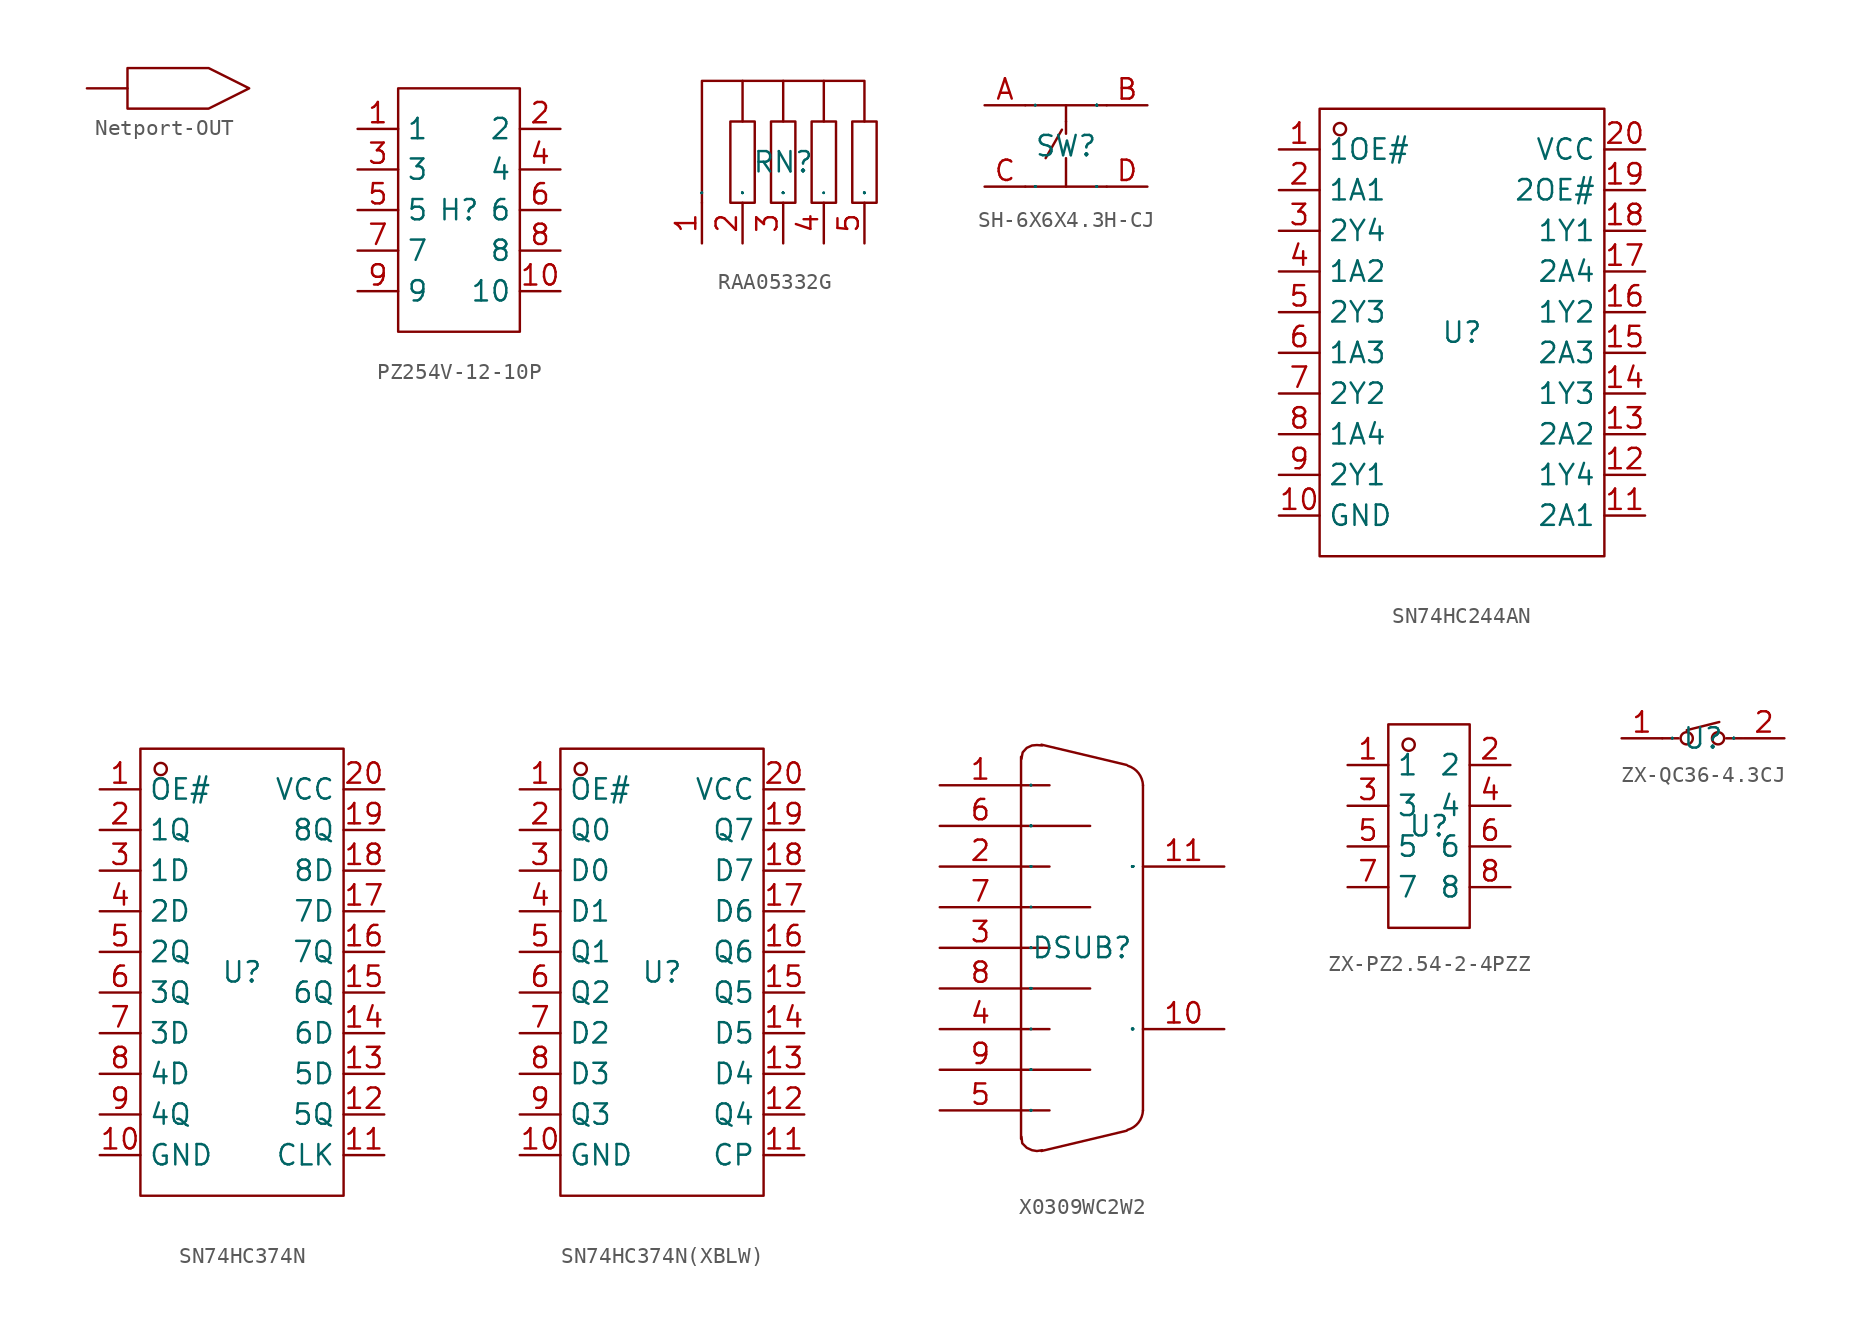
<source format=kicad_sym>
(kicad_symbol_lib
  (version 20241209)
  (generator "kicad_symbol_editor")
  (generator_version "9.0")
  (symbol "Netport-OUT"
    (power)
    (pin_numbers
      (hide yes))
    (pin_names
      (hide yes))
    (property "Reference" "#PWR"
      (at 0 0 0)
      (effects (font (size 1.27 1.27)) (hide yes)))
    (property "Value" ""
      (at 0 0 0)
      (effects (font (size 1.27 1.27))))
    (symbol "Netport-OUT_1_0"
      (polyline (pts (xy 2.54 1.27) (xy 7.62 1.27) (xy 10.16 0) (xy 7.62 -1.27) (xy 2.54 -1.27) (xy 2.54 1.27)) (stroke (width 0) (type default)) (fill (type none)))
      (pin output line (at 0 0 0) (length 2.54) (name "OUT" (effects (font (size 0.025 0.025)))) (number "1" (effects (font (size 0.025 0.025)))))))
  (symbol "PZ254V-12-10P"
    (property "Reference" "H"
      (at 0 0 0)
      (effects (font (size 1.27 1.27))))
    (property "Value" ""
      (at 0 0 0)
      (effects (font (size 1.27 1.27))))
    (symbol "PZ254V-12-10P_1_0"
      (rectangle (start -3.81 7.62) (end 3.81 -7.62) (stroke (width 0) (type default)) (fill (type none)))
      (pin unspecified line (at -6.35 5.08 0) (length 2.54) (name "1" (effects (font (size 1.27 1.27)))) (number "1" (effects (font (size 1.27 1.27)))))
      (pin unspecified line (at -6.35 2.54 0) (length 2.54) (name "3" (effects (font (size 1.27 1.27)))) (number "3" (effects (font (size 1.27 1.27)))))
      (pin unspecified line (at -6.35 0 0) (length 2.54) (name "5" (effects (font (size 1.27 1.27)))) (number "5" (effects (font (size 1.27 1.27)))))
      (pin unspecified line (at -6.35 -2.54 0) (length 2.54) (name "7" (effects (font (size 1.27 1.27)))) (number "7" (effects (font (size 1.27 1.27)))))
      (pin unspecified line (at -6.35 -5.08 0) (length 2.54) (name "9" (effects (font (size 1.27 1.27)))) (number "9" (effects (font (size 1.27 1.27)))))
      (pin unspecified line (at 6.35 5.08 180) (length 2.54) (name "2" (effects (font (size 1.27 1.27)))) (number "2" (effects (font (size 1.27 1.27)))))
      (pin unspecified line (at 6.35 2.54 180) (length 2.54) (name "4" (effects (font (size 1.27 1.27)))) (number "4" (effects (font (size 1.27 1.27)))))
      (pin unspecified line (at 6.35 0 180) (length 2.54) (name "6" (effects (font (size 1.27 1.27)))) (number "6" (effects (font (size 1.27 1.27)))))
      (pin unspecified line (at 6.35 -2.54 180) (length 2.54) (name "8" (effects (font (size 1.27 1.27)))) (number "8" (effects (font (size 1.27 1.27)))))
      (pin unspecified line (at 6.35 -5.08 180) (length 2.54) (name "10" (effects (font (size 1.27 1.27)))) (number "10" (effects (font (size 1.27 1.27)))))))
  (symbol "RAA05332G"
    (property "Reference" "RN"
      (at 0 0 0)
      (effects (font (size 1.27 1.27))))
    (symbol "RAA05332G_1_0"
      (polyline (pts (xy -5.08 -2.54) (xy -5.08 5.08) (xy -5.08 5.08) (xy 5.08 5.08) (xy 5.08 5.08) (xy 5.08 2.54)) (stroke (width 0) (type default)) (fill (type none)))
      (rectangle (start -3.302 -2.54) (end -1.778 2.54) (stroke (width 0) (type default)) (fill (type none)))
      (polyline (pts (xy -2.54 2.54) (xy -2.54 5.08)) (stroke (width 0) (type default)) (fill (type none)))
      (rectangle (start -0.762 -2.54) (end 0.762 2.54) (stroke (width 0) (type default)) (fill (type none)))
      (polyline (pts (xy 0 2.54) (xy 0 5.08)) (stroke (width 0) (type default)) (fill (type none)))
      (rectangle (start 1.778 -2.54) (end 3.302 2.54) (stroke (width 0) (type default)) (fill (type none)))
      (polyline (pts (xy 2.54 2.54) (xy 2.54 5.08)) (stroke (width 0) (type default)) (fill (type none)))
      (rectangle (start 4.318 -2.54) (end 5.842 2.54) (stroke (width 0) (type default)) (fill (type none)))
      (pin input line (at -5.08 -5.08 90) (length 2.54) (name "1" (effects (font (size 0.025 0.025)))) (number "1" (effects (font (size 1.27 1.27)))))
      (pin input line (at -2.54 -5.08 90) (length 2.54) (name "2" (effects (font (size 0.025 0.025)))) (number "2" (effects (font (size 1.27 1.27)))))
      (pin input line (at 0 -5.08 90) (length 2.54) (name "3" (effects (font (size 0.025 0.025)))) (number "3" (effects (font (size 1.27 1.27)))))
      (pin input line (at 2.54 -5.08 90) (length 2.54) (name "4" (effects (font (size 0.025 0.025)))) (number "4" (effects (font (size 1.27 1.27)))))
      (pin input line (at 5.08 -5.08 90) (length 2.54) (name "5" (effects (font (size 0.025 0.025)))) (number "5" (effects (font (size 1.27 1.27)))))))
  (symbol "SH-6X6X4.3H-CJ"
    (property "Reference" "SW"
      (at 0 0 0)
      (effects (font (size 1.27 1.27))))
    (property "Value" ""
      (at 0 0 0)
      (effects (font (size 1.27 1.27))))
    (symbol "SH-6X6X4.3H-CJ_1_0"
      (polyline (pts (xy -2.54 2.54) (xy 2.54 2.54)) (stroke (width 0) (type default)) (fill (type none)))
      (polyline (pts (xy -2.54 -2.54) (xy 2.54 -2.54)) (stroke (width 0) (type default)) (fill (type none)))
      (polyline (pts (xy -1.27 -0.762) (xy -0.254 1.016)) (stroke (width 0) (type default)) (fill (type none)))
      (polyline (pts (xy 0 2.54) (xy 0 1.524)) (stroke (width 0) (type default)) (fill (type none)))
      (polyline (pts (xy 0 1.524) (xy 0 0.762)) (stroke (width 0) (type default)) (fill (type none)))
      (polyline (pts (xy 0 -2.54) (xy 0 -0.762)) (stroke (width 0) (type default)) (fill (type none)))
      (pin unspecified line (at -5.08 2.54 0) (length 2.54) (name "A" (effects (font (size 0.025 0.025)))) (number "A" (effects (font (size 1.27 1.27)))))
      (pin unspecified line (at -5.08 -2.54 0) (length 2.54) (name "C" (effects (font (size 0.025 0.025)))) (number "C" (effects (font (size 1.27 1.27)))))
      (pin unspecified line (at 5.08 2.54 180) (length 2.54) (name "B" (effects (font (size 0.025 0.025)))) (number "B" (effects (font (size 1.27 1.27)))))
      (pin unspecified line (at 5.08 -2.54 180) (length 2.54) (name "D" (effects (font (size 0.025 0.025)))) (number "D" (effects (font (size 1.27 1.27)))))))
  (symbol "SN74HC244AN"
    (property "Reference" "U"
      (at 0 0 0)
      (effects (font (size 1.27 1.27))))
    (property "Value" ""
      (at 0 0 0)
      (effects (font (size 1.27 1.27))))
    (symbol "SN74HC244AN_1_0"
      (rectangle (start -8.89 -13.97) (end 8.89 13.97) (stroke (width 0) (type default)) (fill (type none)))
      (circle (center -7.62 12.7) (radius 0.381) (stroke (width 0) (type default)) (fill (type none)))
      (pin unspecified line (at -11.43 11.43 0) (length 2.54) (name "1OE#" (effects (font (size 1.27 1.27)))) (number "1" (effects (font (size 1.27 1.27)))))
      (pin unspecified line (at -11.43 8.89 0) (length 2.54) (name "1A1" (effects (font (size 1.27 1.27)))) (number "2" (effects (font (size 1.27 1.27)))))
      (pin unspecified line (at -11.43 6.35 0) (length 2.54) (name "2Y4" (effects (font (size 1.27 1.27)))) (number "3" (effects (font (size 1.27 1.27)))))
      (pin unspecified line (at -11.43 3.81 0) (length 2.54) (name "1A2" (effects (font (size 1.27 1.27)))) (number "4" (effects (font (size 1.27 1.27)))))
      (pin unspecified line (at -11.43 1.27 0) (length 2.54) (name "2Y3" (effects (font (size 1.27 1.27)))) (number "5" (effects (font (size 1.27 1.27)))))
      (pin unspecified line (at -11.43 -1.27 0) (length 2.54) (name "1A3" (effects (font (size 1.27 1.27)))) (number "6" (effects (font (size 1.27 1.27)))))
      (pin unspecified line (at -11.43 -3.81 0) (length 2.54) (name "2Y2" (effects (font (size 1.27 1.27)))) (number "7" (effects (font (size 1.27 1.27)))))
      (pin unspecified line (at -11.43 -6.35 0) (length 2.54) (name "1A4" (effects (font (size 1.27 1.27)))) (number "8" (effects (font (size 1.27 1.27)))))
      (pin unspecified line (at -11.43 -8.89 0) (length 2.54) (name "2Y1" (effects (font (size 1.27 1.27)))) (number "9" (effects (font (size 1.27 1.27)))))
      (pin unspecified line (at -11.43 -11.43 0) (length 2.54) (name "GND" (effects (font (size 1.27 1.27)))) (number "10" (effects (font (size 1.27 1.27)))))
      (pin unspecified line (at 11.43 11.43 180) (length 2.54) (name "VCC" (effects (font (size 1.27 1.27)))) (number "20" (effects (font (size 1.27 1.27)))))
      (pin unspecified line (at 11.43 8.89 180) (length 2.54) (name "2OE#" (effects (font (size 1.27 1.27)))) (number "19" (effects (font (size 1.27 1.27)))))
      (pin unspecified line (at 11.43 6.35 180) (length 2.54) (name "1Y1" (effects (font (size 1.27 1.27)))) (number "18" (effects (font (size 1.27 1.27)))))
      (pin unspecified line (at 11.43 3.81 180) (length 2.54) (name "2A4" (effects (font (size 1.27 1.27)))) (number "17" (effects (font (size 1.27 1.27)))))
      (pin unspecified line (at 11.43 1.27 180) (length 2.54) (name "1Y2" (effects (font (size 1.27 1.27)))) (number "16" (effects (font (size 1.27 1.27)))))
      (pin unspecified line (at 11.43 -1.27 180) (length 2.54) (name "2A3" (effects (font (size 1.27 1.27)))) (number "15" (effects (font (size 1.27 1.27)))))
      (pin unspecified line (at 11.43 -3.81 180) (length 2.54) (name "1Y3" (effects (font (size 1.27 1.27)))) (number "14" (effects (font (size 1.27 1.27)))))
      (pin unspecified line (at 11.43 -6.35 180) (length 2.54) (name "2A2" (effects (font (size 1.27 1.27)))) (number "13" (effects (font (size 1.27 1.27)))))
      (pin unspecified line (at 11.43 -8.89 180) (length 2.54) (name "1Y4" (effects (font (size 1.27 1.27)))) (number "12" (effects (font (size 1.27 1.27)))))
      (pin unspecified line (at 11.43 -11.43 180) (length 2.54) (name "2A1" (effects (font (size 1.27 1.27)))) (number "11" (effects (font (size 1.27 1.27)))))))
  (symbol "SN74HC374N"
    (property "Reference" "U"
      (at 0 0 0)
      (effects (font (size 1.27 1.27))))
    (property "Value" ""
      (at 0 0 0)
      (effects (font (size 1.27 1.27))))
    (symbol "SN74HC374N_1_0"
      (rectangle (start -6.35 -13.97) (end 6.35 13.97) (stroke (width 0) (type default)) (fill (type none)))
      (circle (center -5.08 12.7) (radius 0.381) (stroke (width 0) (type default)) (fill (type none)))
      (pin input line (at -8.89 11.43 0) (length 2.54) (name "OE#" (effects (font (size 1.27 1.27)))) (number "1" (effects (font (size 1.27 1.27)))))
      (pin input line (at -8.89 8.89 0) (length 2.54) (name "1Q" (effects (font (size 1.27 1.27)))) (number "2" (effects (font (size 1.27 1.27)))))
      (pin input line (at -8.89 6.35 0) (length 2.54) (name "1D" (effects (font (size 1.27 1.27)))) (number "3" (effects (font (size 1.27 1.27)))))
      (pin input line (at -8.89 3.81 0) (length 2.54) (name "2D" (effects (font (size 1.27 1.27)))) (number "4" (effects (font (size 1.27 1.27)))))
      (pin input line (at -8.89 1.27 0) (length 2.54) (name "2Q" (effects (font (size 1.27 1.27)))) (number "5" (effects (font (size 1.27 1.27)))))
      (pin input line (at -8.89 -1.27 0) (length 2.54) (name "3Q" (effects (font (size 1.27 1.27)))) (number "6" (effects (font (size 1.27 1.27)))))
      (pin input line (at -8.89 -3.81 0) (length 2.54) (name "3D" (effects (font (size 1.27 1.27)))) (number "7" (effects (font (size 1.27 1.27)))))
      (pin input line (at -8.89 -6.35 0) (length 2.54) (name "4D" (effects (font (size 1.27 1.27)))) (number "8" (effects (font (size 1.27 1.27)))))
      (pin input line (at -8.89 -8.89 0) (length 2.54) (name "4Q" (effects (font (size 1.27 1.27)))) (number "9" (effects (font (size 1.27 1.27)))))
      (pin input line (at -8.89 -11.43 0) (length 2.54) (name "GND" (effects (font (size 1.27 1.27)))) (number "10" (effects (font (size 1.27 1.27)))))
      (pin input line (at 8.89 11.43 180) (length 2.54) (name "VCC" (effects (font (size 1.27 1.27)))) (number "20" (effects (font (size 1.27 1.27)))))
      (pin input line (at 8.89 8.89 180) (length 2.54) (name "8Q" (effects (font (size 1.27 1.27)))) (number "19" (effects (font (size 1.27 1.27)))))
      (pin input line (at 8.89 6.35 180) (length 2.54) (name "8D" (effects (font (size 1.27 1.27)))) (number "18" (effects (font (size 1.27 1.27)))))
      (pin input line (at 8.89 3.81 180) (length 2.54) (name "7D" (effects (font (size 1.27 1.27)))) (number "17" (effects (font (size 1.27 1.27)))))
      (pin input line (at 8.89 1.27 180) (length 2.54) (name "7Q" (effects (font (size 1.27 1.27)))) (number "16" (effects (font (size 1.27 1.27)))))
      (pin input line (at 8.89 -1.27 180) (length 2.54) (name "6Q" (effects (font (size 1.27 1.27)))) (number "15" (effects (font (size 1.27 1.27)))))
      (pin input line (at 8.89 -3.81 180) (length 2.54) (name "6D" (effects (font (size 1.27 1.27)))) (number "14" (effects (font (size 1.27 1.27)))))
      (pin input line (at 8.89 -6.35 180) (length 2.54) (name "5D" (effects (font (size 1.27 1.27)))) (number "13" (effects (font (size 1.27 1.27)))))
      (pin input line (at 8.89 -8.89 180) (length 2.54) (name "5Q" (effects (font (size 1.27 1.27)))) (number "12" (effects (font (size 1.27 1.27)))))
      (pin input line (at 8.89 -11.43 180) (length 2.54) (name "CLK" (effects (font (size 1.27 1.27)))) (number "11" (effects (font (size 1.27 1.27)))))))
  (symbol "SN74HC374N(XBLW)"
    (property "Reference" "U"
      (at 0 0 0)
      (effects (font (size 1.27 1.27))))
    (property "Value" ""
      (at 0 0 0)
      (effects (font (size 1.27 1.27))))
    (symbol "SN74HC374N(XBLW)_1_0"
      (rectangle (start -6.35 -13.97) (end 6.35 13.97) (stroke (width 0) (type default)) (fill (type none)))
      (circle (center -5.08 12.7) (radius 0.381) (stroke (width 0) (type default)) (fill (type none)))
      (pin unspecified line (at -8.89 11.43 0) (length 2.54) (name "OE#" (effects (font (size 1.27 1.27)))) (number "1" (effects (font (size 1.27 1.27)))))
      (pin unspecified line (at -8.89 8.89 0) (length 2.54) (name "Q0" (effects (font (size 1.27 1.27)))) (number "2" (effects (font (size 1.27 1.27)))))
      (pin unspecified line (at -8.89 6.35 0) (length 2.54) (name "D0" (effects (font (size 1.27 1.27)))) (number "3" (effects (font (size 1.27 1.27)))))
      (pin unspecified line (at -8.89 3.81 0) (length 2.54) (name "D1" (effects (font (size 1.27 1.27)))) (number "4" (effects (font (size 1.27 1.27)))))
      (pin unspecified line (at -8.89 1.27 0) (length 2.54) (name "Q1" (effects (font (size 1.27 1.27)))) (number "5" (effects (font (size 1.27 1.27)))))
      (pin unspecified line (at -8.89 -1.27 0) (length 2.54) (name "Q2" (effects (font (size 1.27 1.27)))) (number "6" (effects (font (size 1.27 1.27)))))
      (pin unspecified line (at -8.89 -3.81 0) (length 2.54) (name "D2" (effects (font (size 1.27 1.27)))) (number "7" (effects (font (size 1.27 1.27)))))
      (pin unspecified line (at -8.89 -6.35 0) (length 2.54) (name "D3" (effects (font (size 1.27 1.27)))) (number "8" (effects (font (size 1.27 1.27)))))
      (pin unspecified line (at -8.89 -8.89 0) (length 2.54) (name "Q3" (effects (font (size 1.27 1.27)))) (number "9" (effects (font (size 1.27 1.27)))))
      (pin unspecified line (at -8.89 -11.43 0) (length 2.54) (name "GND" (effects (font (size 1.27 1.27)))) (number "10" (effects (font (size 1.27 1.27)))))
      (pin unspecified line (at 8.89 11.43 180) (length 2.54) (name "VCC" (effects (font (size 1.27 1.27)))) (number "20" (effects (font (size 1.27 1.27)))))
      (pin unspecified line (at 8.89 8.89 180) (length 2.54) (name "Q7" (effects (font (size 1.27 1.27)))) (number "19" (effects (font (size 1.27 1.27)))))
      (pin unspecified line (at 8.89 6.35 180) (length 2.54) (name "D7" (effects (font (size 1.27 1.27)))) (number "18" (effects (font (size 1.27 1.27)))))
      (pin unspecified line (at 8.89 3.81 180) (length 2.54) (name "D6" (effects (font (size 1.27 1.27)))) (number "17" (effects (font (size 1.27 1.27)))))
      (pin unspecified line (at 8.89 1.27 180) (length 2.54) (name "Q6" (effects (font (size 1.27 1.27)))) (number "16" (effects (font (size 1.27 1.27)))))
      (pin unspecified line (at 8.89 -1.27 180) (length 2.54) (name "Q5" (effects (font (size 1.27 1.27)))) (number "15" (effects (font (size 1.27 1.27)))))
      (pin unspecified line (at 8.89 -3.81 180) (length 2.54) (name "D5" (effects (font (size 1.27 1.27)))) (number "14" (effects (font (size 1.27 1.27)))))
      (pin unspecified line (at 8.89 -6.35 180) (length 2.54) (name "D4" (effects (font (size 1.27 1.27)))) (number "13" (effects (font (size 1.27 1.27)))))
      (pin unspecified line (at 8.89 -8.89 180) (length 2.54) (name "Q4" (effects (font (size 1.27 1.27)))) (number "12" (effects (font (size 1.27 1.27)))))
      (pin unspecified line (at 8.89 -11.43 180) (length 2.54) (name "CP" (effects (font (size 1.27 1.27)))) (number "11" (effects (font (size 1.27 1.27)))))))
  (symbol "X0309WC2W2"
    (property "Reference" "DSUB"
      (at 0 0 0)
      (effects (font (size 1.27 1.27))))
    (property "Value" ""
      (at 0 0 0)
      (effects (font (size 1.27 1.27))))
    (symbol "X0309WC2W2_1_0"
      (polyline (pts (xy -3.81 11.938) (xy -3.81 10.16)) (stroke (width 0) (type default)) (fill (type none)))
      (polyline (pts (xy -3.81 7.62) (xy 0.508 7.62)) (stroke (width 0) (type default)) (fill (type none)))
      (polyline (pts (xy -3.81 2.54) (xy 0.508 2.54)) (stroke (width 0) (type default)) (fill (type none)))
      (polyline (pts (xy -3.81 -2.54) (xy 0.508 -2.54)) (stroke (width 0) (type default)) (fill (type none)))
      (polyline (pts (xy -3.81 -7.62) (xy 0.508 -7.62)) (stroke (width 0) (type default)) (fill (type none)))
      (polyline (pts (xy -3.81 -10.16) (xy -3.81 10.16)) (stroke (width 0) (type default)) (fill (type none)))
      (polyline (pts (xy -3.81 -11.938) (xy -3.81 -10.16)) (stroke (width 0) (type default)) (fill (type none)))
      (polyline (pts (xy -3.785 -11.811) (xy -3.734 -12.217) (xy -3.734 -12.217) (xy -3.454 -12.497) (xy -3.454 -12.497) (xy -3.124 -12.649) (xy -3.124 -12.649) (xy -2.819 -12.7) (xy -2.819 -12.7) (xy -2.489 -12.649)) (stroke (width 0) (type default)) (fill (type none)))
      (polyline (pts (xy -2.489 12.649) (xy -2.819 12.675) (xy -2.819 12.675) (xy -3.124 12.649) (xy -3.124 12.649) (xy -3.454 12.497) (xy -3.454 12.497) (xy -3.708 12.217) (xy -3.708 12.217) (xy -3.785 11.811)) (stroke (width 0) (type default)) (fill (type none)))
      (polyline (pts (xy -2.032 10.16) (xy -3.81 10.16)) (stroke (width 0) (type default)) (fill (type none)))
      (polyline (pts (xy -2.032 5.08) (xy -3.81 5.08)) (stroke (width 0) (type default)) (fill (type none)))
      (polyline (pts (xy -2.032 0) (xy -3.81 0)) (stroke (width 0) (type default)) (fill (type none)))
      (polyline (pts (xy -2.032 -5.08) (xy -3.81 -5.08)) (stroke (width 0) (type default)) (fill (type none)))
      (polyline (pts (xy -2.032 -10.16) (xy -3.81 -10.16)) (stroke (width 0) (type default)) (fill (type none)))
      (arc (start 2.8702 11.3792) (mid 3.5332 10.9185) (end 3.81 10.16) (stroke (width 0) (type default)) (fill (type none)))
      (arc (start 3.81 -10.16) (mid 3.5266 -10.9273) (end 2.8448 -11.3792) (stroke (width 0) (type default)) (fill (type none)))
      (polyline (pts (xy 2.794 11.43) (xy -2.54 12.7)) (stroke (width 0) (type default)) (fill (type none)))
      (polyline (pts (xy 2.794 -11.43) (xy -2.54 -12.7)) (stroke (width 0) (type default)) (fill (type none)))
      (polyline (pts (xy 3.81 -10.16) (xy 3.81 10.16)) (stroke (width 0) (type default)) (fill (type none)))
      (pin input line (at -8.89 10.16 0) (length 5.08) (name "1" (effects (font (size 0.025 0.025)))) (number "1" (effects (font (size 1.27 1.27)))))
      (pin input line (at -8.89 7.62 0) (length 5.08) (name "6" (effects (font (size 0.025 0.025)))) (number "6" (effects (font (size 1.27 1.27)))))
      (pin input line (at -8.89 5.08 0) (length 5.08) (name "2" (effects (font (size 0.025 0.025)))) (number "2" (effects (font (size 1.27 1.27)))))
      (pin input line (at -8.89 2.54 0) (length 5.08) (name "7" (effects (font (size 0.025 0.025)))) (number "7" (effects (font (size 1.27 1.27)))))
      (pin input line (at -8.89 0 0) (length 5.08) (name "3" (effects (font (size 0.025 0.025)))) (number "3" (effects (font (size 1.27 1.27)))))
      (pin input line (at -8.89 -2.54 0) (length 5.08) (name "8" (effects (font (size 0.025 0.025)))) (number "8" (effects (font (size 1.27 1.27)))))
      (pin input line (at -8.89 -5.08 0) (length 5.08) (name "4" (effects (font (size 0.025 0.025)))) (number "4" (effects (font (size 1.27 1.27)))))
      (pin input line (at -8.89 -7.62 0) (length 5.08) (name "9" (effects (font (size 0.025 0.025)))) (number "9" (effects (font (size 1.27 1.27)))))
      (pin input line (at -8.89 -10.16 0) (length 5.08) (name "5" (effects (font (size 0.025 0.025)))) (number "5" (effects (font (size 1.27 1.27)))))
      (pin input line (at 8.89 5.08 180) (length 5.08) (name "MH2" (effects (font (size 0.025 0.025)))) (number "11" (effects (font (size 1.27 1.27)))))
      (pin input line (at 8.89 -5.08 180) (length 5.08) (name "MH1" (effects (font (size 0.025 0.025)))) (number "10" (effects (font (size 1.27 1.27)))))))
  (symbol "ZX-PZ2.54-2-4PZZ"
    (property "Reference" "U"
      (at 0 0 0)
      (effects (font (size 1.27 1.27))))
    (property "Value" ""
      (at 0 0 0)
      (effects (font (size 1.27 1.27))))
    (symbol "ZX-PZ2.54-2-4PZZ_1_0"
      (rectangle (start -2.54 -6.35) (end 2.54 6.35) (stroke (width 0) (type default)) (fill (type none)))
      (circle (center -1.27 5.08) (radius 0.381) (stroke (width 0) (type default)) (fill (type none)))
      (pin unspecified line (at -5.08 3.81 0) (length 2.54) (name "1" (effects (font (size 1.27 1.27)))) (number "1" (effects (font (size 1.27 1.27)))))
      (pin unspecified line (at -5.08 1.27 0) (length 2.54) (name "3" (effects (font (size 1.27 1.27)))) (number "3" (effects (font (size 1.27 1.27)))))
      (pin unspecified line (at -5.08 -1.27 0) (length 2.54) (name "5" (effects (font (size 1.27 1.27)))) (number "5" (effects (font (size 1.27 1.27)))))
      (pin unspecified line (at -5.08 -3.81 0) (length 2.54) (name "7" (effects (font (size 1.27 1.27)))) (number "7" (effects (font (size 1.27 1.27)))))
      (pin unspecified line (at 5.08 3.81 180) (length 2.54) (name "2" (effects (font (size 1.27 1.27)))) (number "2" (effects (font (size 1.27 1.27)))))
      (pin unspecified line (at 5.08 1.27 180) (length 2.54) (name "4" (effects (font (size 1.27 1.27)))) (number "4" (effects (font (size 1.27 1.27)))))
      (pin unspecified line (at 5.08 -1.27 180) (length 2.54) (name "6" (effects (font (size 1.27 1.27)))) (number "6" (effects (font (size 1.27 1.27)))))
      (pin unspecified line (at 5.08 -3.81 180) (length 2.54) (name "8" (effects (font (size 1.27 1.27)))) (number "8" (effects (font (size 1.27 1.27)))))))
  (symbol "ZX-QC36-4.3CJ"
    (property "Reference" "U"
      (at 0 0 0)
      (effects (font (size 1.27 1.27))))
    (property "Value" ""
      (at 0 0 0)
      (effects (font (size 1.27 1.27))))
    (symbol "ZX-QC36-4.3CJ_1_0"
      (polyline (pts (xy -1.524 0) (xy -2.54 0)) (stroke (width 0) (type default)) (fill (type none)))
      (polyline (pts (xy -1.016 0.508) (xy 1.016 1.016)) (stroke (width 0) (type default)) (fill (type none)))
      (circle (center -1.016 0) (radius 0.381) (stroke (width 0) (type default)) (fill (type none)))
      (circle (center 0.94 0) (radius 0.381) (stroke (width 0) (type default)) (fill (type none)))
      (polyline (pts (xy 1.448 0) (xy 2.464 0)) (stroke (width 0) (type default)) (fill (type none)))
      (pin unspecified line (at -5.08 0 0) (length 2.54) (name "1" (effects (font (size 0.025 0.025)))) (number "1" (effects (font (size 1.27 1.27)))))
      (pin unspecified line (at 5.08 0 180) (length 2.54) (name "2" (effects (font (size 0.025 0.025)))) (number "2" (effects (font (size 1.27 1.27))))))))
</source>
